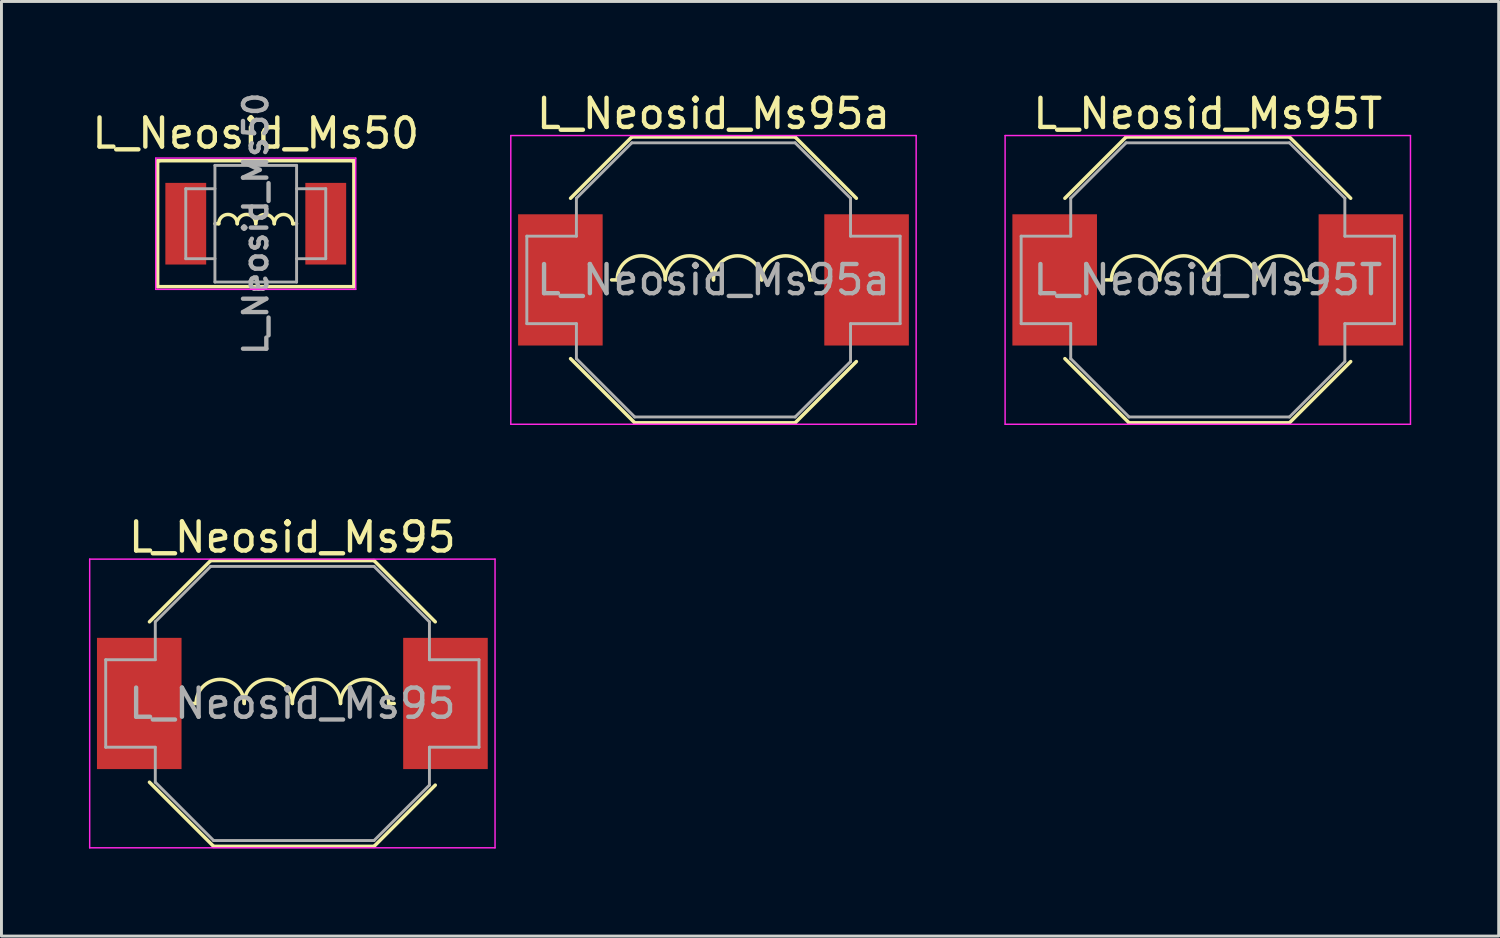
<source format=kicad_pcb>
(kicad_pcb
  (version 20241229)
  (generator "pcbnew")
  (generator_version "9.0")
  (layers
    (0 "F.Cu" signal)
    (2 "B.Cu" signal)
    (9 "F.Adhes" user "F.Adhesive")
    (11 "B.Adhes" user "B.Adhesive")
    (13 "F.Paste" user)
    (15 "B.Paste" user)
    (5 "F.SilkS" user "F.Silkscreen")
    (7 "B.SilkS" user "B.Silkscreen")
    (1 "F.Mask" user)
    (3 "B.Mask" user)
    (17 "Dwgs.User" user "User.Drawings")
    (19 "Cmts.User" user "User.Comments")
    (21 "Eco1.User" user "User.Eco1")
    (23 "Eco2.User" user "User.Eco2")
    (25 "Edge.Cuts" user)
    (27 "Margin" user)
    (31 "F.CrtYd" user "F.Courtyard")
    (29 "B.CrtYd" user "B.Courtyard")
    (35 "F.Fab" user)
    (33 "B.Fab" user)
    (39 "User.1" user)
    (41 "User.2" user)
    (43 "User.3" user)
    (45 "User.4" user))
  (footprint "L_Neosid_Ms95"
    (layer "F.Cu")
    (at 6.975 21.072)
    (property "Reference" "L_Neosid_Ms95" (at 0 -5.7 0) (layer "F.SilkS") (effects (font (size 1 1) (thickness 0.15))))
    (attr smd)
    (fp_line (start -4.9 -2.8) (end -2.8 -4.9) (stroke (width 0.12) (type solid)) (layer "F.SilkS"))
    (fp_line (start -3.493 0) (end -3.302 0) (stroke (width 0.12) (type solid)) (layer "F.SilkS"))
    (fp_line (start -2.8 -4.9) (end 2.8 -4.9) (stroke (width 0.12) (type solid)) (layer "F.SilkS"))
    (fp_line (start -2.7 4.9) (end -4.9 2.7) (stroke (width 0.12) (type solid)) (layer "F.SilkS"))
    (fp_line (start -2.7 4.9) (end 2.8 4.9) (stroke (width 0.12) (type solid)) (layer "F.SilkS"))
    (fp_line (start 2.8 -4.9) (end 4.9 -2.8) (stroke (width 0.12) (type solid)) (layer "F.SilkS"))
    (fp_line (start 2.8 4.9) (end 4.9 2.8) (stroke (width 0.12) (type solid)) (layer "F.SilkS"))
    (fp_line (start 3.302 0) (end 3.493 0) (stroke (width 0.12) (type solid)) (layer "F.SilkS"))
    (fp_arc (start -3.302 0) (mid -2.4765 -0.8255) (end -1.651 0) (stroke (width 0.12) (type solid)) (layer "F.SilkS"))
    (fp_arc (start -1.651 0) (mid -0.8255 -0.8255) (end 0 0) (stroke (width 0.12) (type solid)) (layer "F.SilkS"))
    (fp_arc (start 0 0) (mid 0.8255 -0.8255) (end 1.651 0) (stroke (width 0.12) (type solid)) (layer "F.SilkS"))
    (fp_arc (start 1.651 0) (mid 2.4765 -0.8255) (end 3.302 0) (stroke (width 0.12) (type solid)) (layer "F.SilkS"))
    (fp_line (start -6.95 -4.95) (end -6.95 4.95) (stroke (width 0.05) (type solid)) (layer "F.CrtYd"))
    (fp_line (start -6.95 -4.95) (end 6.95 -4.95) (stroke (width 0.05) (type solid)) (layer "F.CrtYd"))
    (fp_line (start 6.95 4.95) (end -6.95 4.95) (stroke (width 0.05) (type solid)) (layer "F.CrtYd"))
    (fp_line (start 6.95 4.95) (end 6.95 -4.95) (stroke (width 0.05) (type solid)) (layer "F.CrtYd"))
    (fp_line (start -6.4 -1.5) (end -6.4 1.5) (stroke (width 0.1) (type solid)) (layer "F.Fab"))
    (fp_line (start -6.4 -1.5) (end -4.7 -1.5) (stroke (width 0.1) (type solid)) (layer "F.Fab"))
    (fp_line (start -6.4 1.5) (end -4.7 1.5) (stroke (width 0.1) (type solid)) (layer "F.Fab"))
    (fp_line (start -4.7 -1.5) (end -4.7 -2.8) (stroke (width 0.1) (type solid)) (layer "F.Fab"))
    (fp_line (start -4.7 1.5) (end -4.7 2.7) (stroke (width 0.1) (type solid)) (layer "F.Fab"))
    (fp_line (start -4.7 2.7) (end -2.7 4.7) (stroke (width 0.1) (type solid)) (layer "F.Fab"))
    (fp_line (start -2.8 -4.7) (end -4.7 -2.8) (stroke (width 0.1) (type solid)) (layer "F.Fab"))
    (fp_line (start 2.8 -4.7) (end -2.8 -4.7) (stroke (width 0.1) (type solid)) (layer "F.Fab"))
    (fp_line (start 2.8 4.7) (end -2.7 4.7) (stroke (width 0.1) (type solid)) (layer "F.Fab"))
    (fp_line (start 4.7 -2.8) (end 2.8 -4.7) (stroke (width 0.1) (type solid)) (layer "F.Fab"))
    (fp_line (start 4.7 -1.5) (end 4.7 -2.8) (stroke (width 0.1) (type solid)) (layer "F.Fab"))
    (fp_line (start 4.7 1.5) (end 6.4 1.5) (stroke (width 0.1) (type solid)) (layer "F.Fab"))
    (fp_line (start 4.7 2.8) (end 2.8 4.7) (stroke (width 0.1) (type solid)) (layer "F.Fab"))
    (fp_line (start 4.7 2.8) (end 4.7 1.5) (stroke (width 0.1) (type solid)) (layer "F.Fab"))
    (fp_line (start 6.4 -1.5) (end 4.7 -1.5) (stroke (width 0.1) (type solid)) (layer "F.Fab"))
    (fp_line (start 6.4 1.5) (end 6.4 -1.5) (stroke (width 0.1) (type solid)) (layer "F.Fab"))
    (fp_text user "${REFERENCE}" (at 0 0 0) (layer "F.Fab") (effects (font (size 1 1) (thickness 0.15))))
    (pad "1" smd rect (at -5.25 0) (size 2.9 4.5) (layers "F.Cu" "F.Mask" "F.Paste"))
    (pad "2" smd rect (at 5.25 0) (size 2.9 4.5) (layers "F.Cu" "F.Mask" "F.Paste")))
  (footprint "L_Neosid_Ms95T"
    (layer "F.Cu")
    (at 38.365 6.548)
    (property "Reference" "L_Neosid_Ms95T" (at 0 -5.7 0) (layer "F.SilkS") (effects (font (size 1 1) (thickness 0.15))))
    (attr smd)
    (fp_line (start -4.9 -2.8) (end -2.8 -4.9) (stroke (width 0.12) (type solid)) (layer "F.SilkS"))
    (fp_line (start -3.493 0) (end -3.302 0) (stroke (width 0.12) (type solid)) (layer "F.SilkS"))
    (fp_line (start -2.8 -4.9) (end 2.8 -4.9) (stroke (width 0.12) (type solid)) (layer "F.SilkS"))
    (fp_line (start -2.7 4.9) (end -4.9 2.7) (stroke (width 0.12) (type solid)) (layer "F.SilkS"))
    (fp_line (start -2.7 4.9) (end 2.8 4.9) (stroke (width 0.12) (type solid)) (layer "F.SilkS"))
    (fp_line (start 2.8 -4.9) (end 4.9 -2.8) (stroke (width 0.12) (type solid)) (layer "F.SilkS"))
    (fp_line (start 2.8 4.9) (end 4.9 2.8) (stroke (width 0.12) (type solid)) (layer "F.SilkS"))
    (fp_line (start 3.302 0) (end 3.493 0) (stroke (width 0.12) (type solid)) (layer "F.SilkS"))
    (fp_arc (start -3.302 0) (mid -2.4765 -0.8255) (end -1.651 0) (stroke (width 0.12) (type solid)) (layer "F.SilkS"))
    (fp_arc (start -1.651 0) (mid -0.8255 -0.8255) (end 0 0) (stroke (width 0.12) (type solid)) (layer "F.SilkS"))
    (fp_arc (start 0 0) (mid 0.8255 -0.8255) (end 1.651 0) (stroke (width 0.12) (type solid)) (layer "F.SilkS"))
    (fp_arc (start 1.651 0) (mid 2.4765 -0.8255) (end 3.302 0) (stroke (width 0.12) (type solid)) (layer "F.SilkS"))
    (fp_line (start -6.95 -4.95) (end -6.95 4.95) (stroke (width 0.05) (type solid)) (layer "F.CrtYd"))
    (fp_line (start -6.95 -4.95) (end 6.95 -4.95) (stroke (width 0.05) (type solid)) (layer "F.CrtYd"))
    (fp_line (start 6.95 4.95) (end -6.95 4.95) (stroke (width 0.05) (type solid)) (layer "F.CrtYd"))
    (fp_line (start 6.95 4.95) (end 6.95 -4.95) (stroke (width 0.05) (type solid)) (layer "F.CrtYd"))
    (fp_line (start -6.4 -1.5) (end -6.4 1.5) (stroke (width 0.1) (type solid)) (layer "F.Fab"))
    (fp_line (start -6.4 -1.5) (end -4.7 -1.5) (stroke (width 0.1) (type solid)) (layer "F.Fab"))
    (fp_line (start -6.4 1.5) (end -4.7 1.5) (stroke (width 0.1) (type solid)) (layer "F.Fab"))
    (fp_line (start -4.7 -1.5) (end -4.7 -2.8) (stroke (width 0.1) (type solid)) (layer "F.Fab"))
    (fp_line (start -4.7 1.5) (end -4.7 2.7) (stroke (width 0.1) (type solid)) (layer "F.Fab"))
    (fp_line (start -4.7 2.7) (end -2.7 4.7) (stroke (width 0.1) (type solid)) (layer "F.Fab"))
    (fp_line (start -2.8 -4.7) (end -4.7 -2.8) (stroke (width 0.1) (type solid)) (layer "F.Fab"))
    (fp_line (start 2.8 -4.7) (end -2.8 -4.7) (stroke (width 0.1) (type solid)) (layer "F.Fab"))
    (fp_line (start 2.8 4.7) (end -2.7 4.7) (stroke (width 0.1) (type solid)) (layer "F.Fab"))
    (fp_line (start 4.7 -2.8) (end 2.8 -4.7) (stroke (width 0.1) (type solid)) (layer "F.Fab"))
    (fp_line (start 4.7 -1.5) (end 4.7 -2.8) (stroke (width 0.1) (type solid)) (layer "F.Fab"))
    (fp_line (start 4.7 1.5) (end 6.4 1.5) (stroke (width 0.1) (type solid)) (layer "F.Fab"))
    (fp_line (start 4.7 2.8) (end 2.8 4.7) (stroke (width 0.1) (type solid)) (layer "F.Fab"))
    (fp_line (start 4.7 2.8) (end 4.7 1.5) (stroke (width 0.1) (type solid)) (layer "F.Fab"))
    (fp_line (start 6.4 -1.5) (end 4.7 -1.5) (stroke (width 0.1) (type solid)) (layer "F.Fab"))
    (fp_line (start 6.4 1.5) (end 6.4 -1.5) (stroke (width 0.1) (type solid)) (layer "F.Fab"))
    (fp_text user "${REFERENCE}" (at 0 0 0) (layer "F.Fab") (effects (font (size 1 1) (thickness 0.15))))
    (pad "1" smd rect (at -5.25 0) (size 2.9 4.5) (layers "F.Cu" "F.Mask" "F.Paste"))
    (pad "2" smd rect (at 5.25 0) (size 2.9 4.5) (layers "F.Cu" "F.Mask" "F.Paste")))
  (footprint "L_Neosid_Ms50"
    (layer "F.Cu")
    (at 5.72 4.621)
    (property "Reference" "L_Neosid_Ms50" (at 0 -3.1 0) (layer "F.SilkS") (effects (font (size 1 1) (thickness 0.15))))
    (attr smd)
    (fp_line (start -3.365 -2.159) (end -3.302 -2.159) (stroke (width 0.12) (type solid)) (layer "F.SilkS"))
    (fp_line (start -3.365 2.159) (end -3.365 -2.159) (stroke (width 0.12) (type solid)) (layer "F.SilkS"))
    (fp_line (start -3.302 -2.159) (end 3.302 -2.159) (stroke (width 0.12) (type solid)) (layer "F.SilkS"))
    (fp_line (start -1.27 0) (end -1.397 0) (stroke (width 0.12) (type solid)) (layer "F.SilkS"))
    (fp_line (start 1.27 0) (end 1.397 0) (stroke (width 0.12) (type solid)) (layer "F.SilkS"))
    (fp_line (start 3.302 -2.159) (end 3.365 -2.159) (stroke (width 0.12) (type solid)) (layer "F.SilkS"))
    (fp_line (start 3.365 -2.159) (end 3.365 2.159) (stroke (width 0.12) (type solid)) (layer "F.SilkS"))
    (fp_line (start 3.365 2.159) (end -3.365 2.159) (stroke (width 0.12) (type solid)) (layer "F.SilkS"))
    (fp_arc (start -1.27 0) (mid -0.9525 -0.3175) (end -0.635 0) (stroke (width 0.12) (type solid)) (layer "F.SilkS"))
    (fp_arc (start -0.635 0) (mid -0.3175 -0.3175) (end 0 0) (stroke (width 0.12) (type solid)) (layer "F.SilkS"))
    (fp_arc (start 0 0) (mid 0.3175 -0.3175) (end 0.635 0) (stroke (width 0.12) (type solid)) (layer "F.SilkS"))
    (fp_arc (start 0.635 0) (mid 0.9525 -0.3175) (end 1.27 0) (stroke (width 0.12) (type solid)) (layer "F.SilkS"))
    (fp_line (start -3.429 -2.25) (end -3.429 2.25) (stroke (width 0.05) (type solid)) (layer "F.CrtYd"))
    (fp_line (start -3.429 -2.25) (end 3.429 -2.25) (stroke (width 0.05) (type solid)) (layer "F.CrtYd"))
    (fp_line (start 3.429 2.25) (end -3.429 2.25) (stroke (width 0.05) (type solid)) (layer "F.CrtYd"))
    (fp_line (start 3.429 2.25) (end 3.429 -2.25) (stroke (width 0.05) (type solid)) (layer "F.CrtYd"))
    (fp_line (start -2.4 -1.2) (end -2.4 1.2) (stroke (width 0.1) (type solid)) (layer "F.Fab"))
    (fp_line (start -2.4 -1.2) (end -1.4 -1.2) (stroke (width 0.1) (type solid)) (layer "F.Fab"))
    (fp_line (start -2.4 1.2) (end -1.4 1.2) (stroke (width 0.1) (type solid)) (layer "F.Fab"))
    (fp_line (start -1.4 -2) (end -1.4 2) (stroke (width 0.1) (type solid)) (layer "F.Fab"))
    (fp_line (start -1.4 2) (end 1.4 2) (stroke (width 0.1) (type solid)) (layer "F.Fab"))
    (fp_line (start 1.4 -2) (end -1.4 -2) (stroke (width 0.1) (type solid)) (layer "F.Fab"))
    (fp_line (start 1.4 1.2) (end 2.4 1.2) (stroke (width 0.1) (type solid)) (layer "F.Fab"))
    (fp_line (start 1.4 2) (end 1.4 -2) (stroke (width 0.1) (type solid)) (layer "F.Fab"))
    (fp_line (start 2.4 -1.2) (end 1.4 -1.2) (stroke (width 0.1) (type solid)) (layer "F.Fab"))
    (fp_line (start 2.4 1.2) (end 2.4 -1.2) (stroke (width 0.1) (type solid)) (layer "F.Fab"))
    (fp_text user "${REFERENCE}" (at 0 0 90) (layer "F.Fab") (effects (font (size 0.8 0.8) (thickness 0.15))))
    (pad "1" smd rect (at -2.4 0) (size 1.4 2.8) (layers "F.Cu" "F.Mask" "F.Paste"))
    (pad "2" smd rect (at 2.4 0) (size 1.4 2.8) (layers "F.Cu" "F.Mask" "F.Paste")))
  (footprint "L_Neosid_Ms95a"
    (layer "F.Cu")
    (at 21.415 6.548)
    (property "Reference" "L_Neosid_Ms95a" (at 0 -5.7 0) (layer "F.SilkS") (effects (font (size 1 1) (thickness 0.15))))
    (attr smd)
    (fp_line (start -4.9 -2.8) (end -2.8 -4.9) (stroke (width 0.12) (type solid)) (layer "F.SilkS"))
    (fp_line (start -3.493 0) (end -3.302 0) (stroke (width 0.12) (type solid)) (layer "F.SilkS"))
    (fp_line (start -2.8 -4.9) (end 2.8 -4.9) (stroke (width 0.12) (type solid)) (layer "F.SilkS"))
    (fp_line (start -2.7 4.9) (end -4.9 2.7) (stroke (width 0.12) (type solid)) (layer "F.SilkS"))
    (fp_line (start -2.7 4.9) (end 2.8 4.9) (stroke (width 0.12) (type solid)) (layer "F.SilkS"))
    (fp_line (start 2.8 -4.9) (end 4.9 -2.8) (stroke (width 0.12) (type solid)) (layer "F.SilkS"))
    (fp_line (start 2.8 4.9) (end 4.9 2.8) (stroke (width 0.12) (type solid)) (layer "F.SilkS"))
    (fp_line (start 3.302 0) (end 3.493 0) (stroke (width 0.12) (type solid)) (layer "F.SilkS"))
    (fp_arc (start -3.302 0) (mid -2.4765 -0.8255) (end -1.651 0) (stroke (width 0.12) (type solid)) (layer "F.SilkS"))
    (fp_arc (start -1.651 0) (mid -0.8255 -0.8255) (end 0 0) (stroke (width 0.12) (type solid)) (layer "F.SilkS"))
    (fp_arc (start 0 0) (mid 0.8255 -0.8255) (end 1.651 0) (stroke (width 0.12) (type solid)) (layer "F.SilkS"))
    (fp_arc (start 1.651 0) (mid 2.4765 -0.8255) (end 3.302 0) (stroke (width 0.12) (type solid)) (layer "F.SilkS"))
    (fp_line (start -6.95 -4.95) (end -6.95 4.95) (stroke (width 0.05) (type solid)) (layer "F.CrtYd"))
    (fp_line (start -6.95 -4.95) (end 6.95 -4.95) (stroke (width 0.05) (type solid)) (layer "F.CrtYd"))
    (fp_line (start 6.95 4.95) (end -6.95 4.95) (stroke (width 0.05) (type solid)) (layer "F.CrtYd"))
    (fp_line (start 6.95 4.95) (end 6.95 -4.95) (stroke (width 0.05) (type solid)) (layer "F.CrtYd"))
    (fp_line (start -6.4 -1.5) (end -6.4 1.5) (stroke (width 0.1) (type solid)) (layer "F.Fab"))
    (fp_line (start -6.4 -1.5) (end -4.7 -1.5) (stroke (width 0.1) (type solid)) (layer "F.Fab"))
    (fp_line (start -6.4 1.5) (end -4.7 1.5) (stroke (width 0.1) (type solid)) (layer "F.Fab"))
    (fp_line (start -4.7 -1.5) (end -4.7 -2.8) (stroke (width 0.1) (type solid)) (layer "F.Fab"))
    (fp_line (start -4.7 1.5) (end -4.7 2.7) (stroke (width 0.1) (type solid)) (layer "F.Fab"))
    (fp_line (start -4.7 2.7) (end -2.7 4.7) (stroke (width 0.1) (type solid)) (layer "F.Fab"))
    (fp_line (start -2.8 -4.7) (end -4.7 -2.8) (stroke (width 0.1) (type solid)) (layer "F.Fab"))
    (fp_line (start 2.8 -4.7) (end -2.8 -4.7) (stroke (width 0.1) (type solid)) (layer "F.Fab"))
    (fp_line (start 2.8 4.7) (end -2.7 4.7) (stroke (width 0.1) (type solid)) (layer "F.Fab"))
    (fp_line (start 4.7 -2.8) (end 2.8 -4.7) (stroke (width 0.1) (type solid)) (layer "F.Fab"))
    (fp_line (start 4.7 -1.5) (end 4.7 -2.8) (stroke (width 0.1) (type solid)) (layer "F.Fab"))
    (fp_line (start 4.7 1.5) (end 6.4 1.5) (stroke (width 0.1) (type solid)) (layer "F.Fab"))
    (fp_line (start 4.7 2.8) (end 2.8 4.7) (stroke (width 0.1) (type solid)) (layer "F.Fab"))
    (fp_line (start 4.7 2.8) (end 4.7 1.5) (stroke (width 0.1) (type solid)) (layer "F.Fab"))
    (fp_line (start 6.4 -1.5) (end 4.7 -1.5) (stroke (width 0.1) (type solid)) (layer "F.Fab"))
    (fp_line (start 6.4 1.5) (end 6.4 -1.5) (stroke (width 0.1) (type solid)) (layer "F.Fab"))
    (fp_text user "${REFERENCE}" (at 0 0 0) (layer "F.Fab") (effects (font (size 1 1) (thickness 0.15))))
    (pad "1" smd rect (at -5.25 0) (size 2.9 4.5) (layers "F.Cu" "F.Mask" "F.Paste"))
    (pad "2" smd rect (at 5.25 0) (size 2.9 4.5) (layers "F.Cu" "F.Mask" "F.Paste")))
  (gr_rect
    (start -3 -3)
    (end 48.34 29.047)
    (stroke (width 0.1) (type default))
    (fill no)
    (layer "Edge.Cuts")))
</source>
